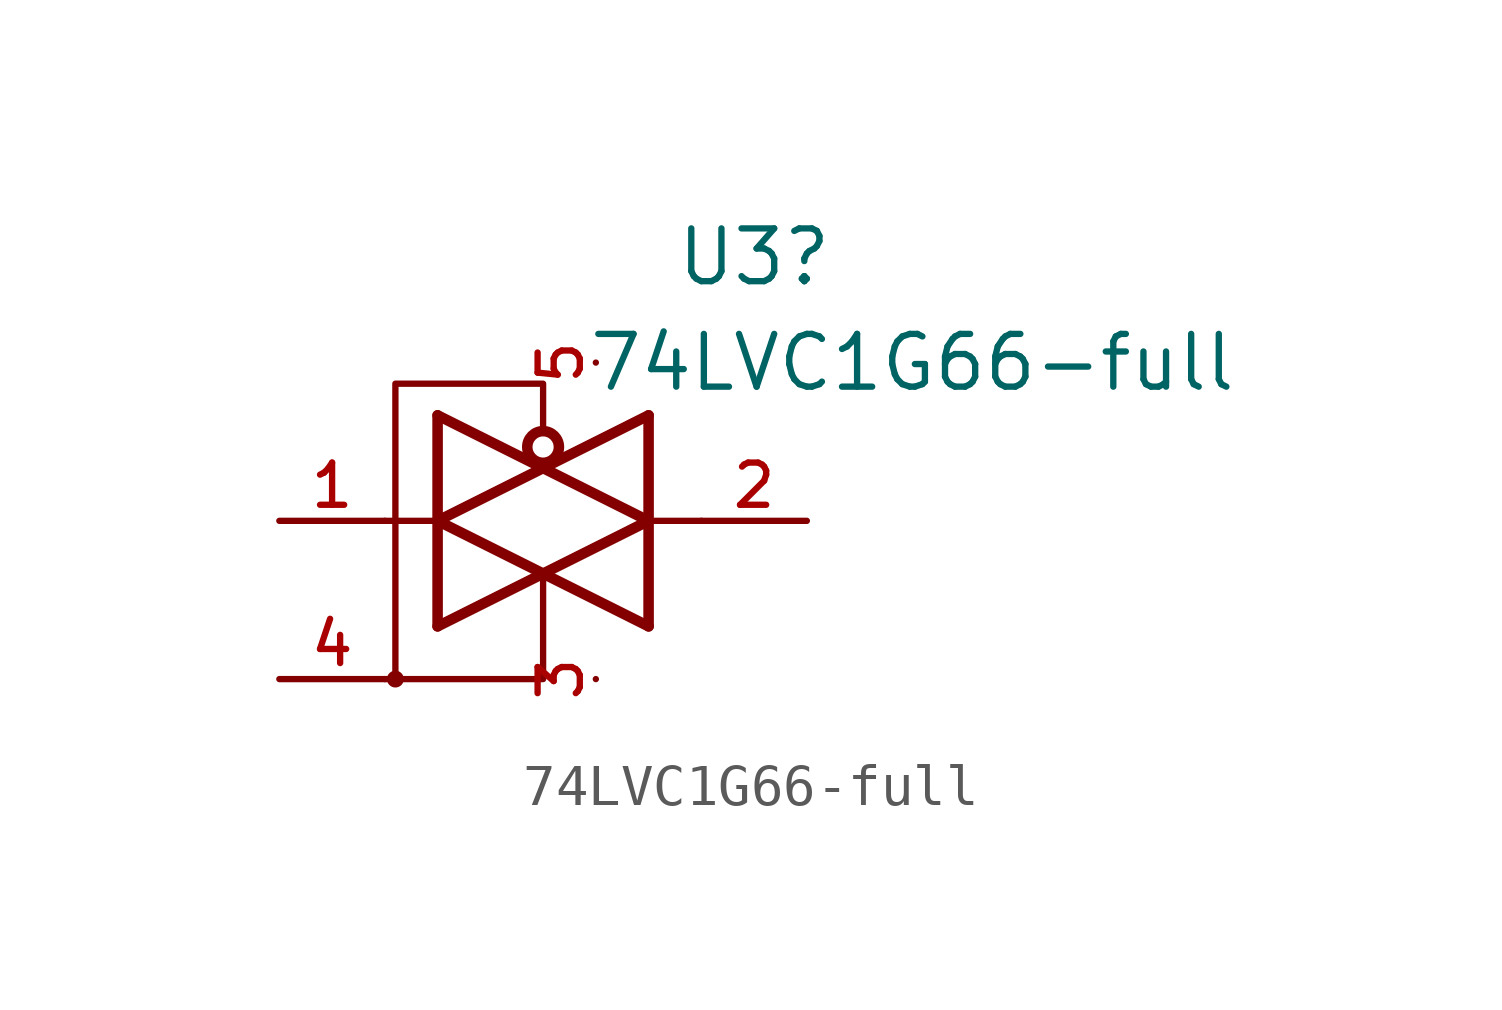
<source format=kicad_sym>
(kicad_symbol_lib
  (version 20211014)
  (generator kicad_symbol_editor)
  (symbol "74LVC1G66-full"
    (property "Reference" "U3"
      (at 5.08 6.35 0)
      (effects (font (size 1.27 1.27))))
    (property "Value" "74LVC1G66-full"
      (at 8.89 3.81 0)
      (effects (font (size 1.27 1.27))))
    (symbol "74LVC1G66-full_0_1"
      (circle (center -3.556 -3.81) (radius 0.127) (stroke (width 0) (type default) (color 0 0 0 0)) (fill (type none)))
      (polyline (pts (xy -3.81 0) (xy -2.54 0)) (stroke (width 0) (type default) (color 0 0 0 0)) (fill (type none)))
      (polyline (pts (xy -2.54 2.54) (xy -2.54 -2.54)) (stroke (width 0.254) (type default) (color 0 0 0 0)) (fill (type none)))
      (polyline (pts (xy 2.54 0) (xy 3.81 0)) (stroke (width 0) (type default) (color 0 0 0 0)) (fill (type none)))
      (polyline (pts (xy 2.54 2.54) (xy 2.54 -2.54)) (stroke (width 0.254) (type default) (color 0 0 0 0)) (fill (type none)))
      (polyline (pts (xy -3.81 -3.81) (xy 0 -3.81) (xy 0 -1.27)) (stroke (width 0) (type default) (color 0 0 0 0)) (fill (type none)))
      (polyline (pts (xy -2.54 -2.54) (xy 2.54 0) (xy -2.54 2.54)) (stroke (width 0.254) (type default) (color 0 0 0 0)) (fill (type none)))
      (polyline (pts (xy 2.54 2.54) (xy -2.54 0) (xy 2.54 -2.54)) (stroke (width 0.254) (type default) (color 0 0 0 0)) (fill (type none)))
      (polyline (pts (xy 0 2.159) (xy 0 3.302) (xy -3.556 3.302) (xy -3.556 -3.81)) (stroke (width 0) (type default) (color 0 0 0 0)) (fill (type none)))
      (circle (center 0 1.778) (radius 0.381) (stroke (width 0.254) (type default) (color 0 0 0 0)) (fill (type none))))
    (symbol "74LVC1G66-full_1_1"
      (pin bidirectional line (at -6.35 0 0) (length 2.54) (name "~" (effects (font (size 1.016 1.016)))) (number "1" (effects (font (size 1.016 1.016)))))
      (pin bidirectional line (at 6.35 0 180) (length 2.54) (name "~" (effects (font (size 1.016 1.016)))) (number "2" (effects (font (size 1.016 1.016)))))
      (pin power_in line (at 1.27 -3.81 90) (length 0) (name "" (effects (font (size 1.016 1.016)))) (number "3" (effects (font (size 1.016 1.016)))))
      (pin input line (at -6.35 -3.81 0) (length 2.54) (name "~" (effects (font (size 1.016 1.016)))) (number "4" (effects (font (size 1.016 1.016)))))
      (pin power_in line (at 1.27 3.81 90) (length 0) (name "" (effects (font (size 1.016 1.016)))) (number "5" (effects (font (size 1.016 1.016))))))))
</source>
